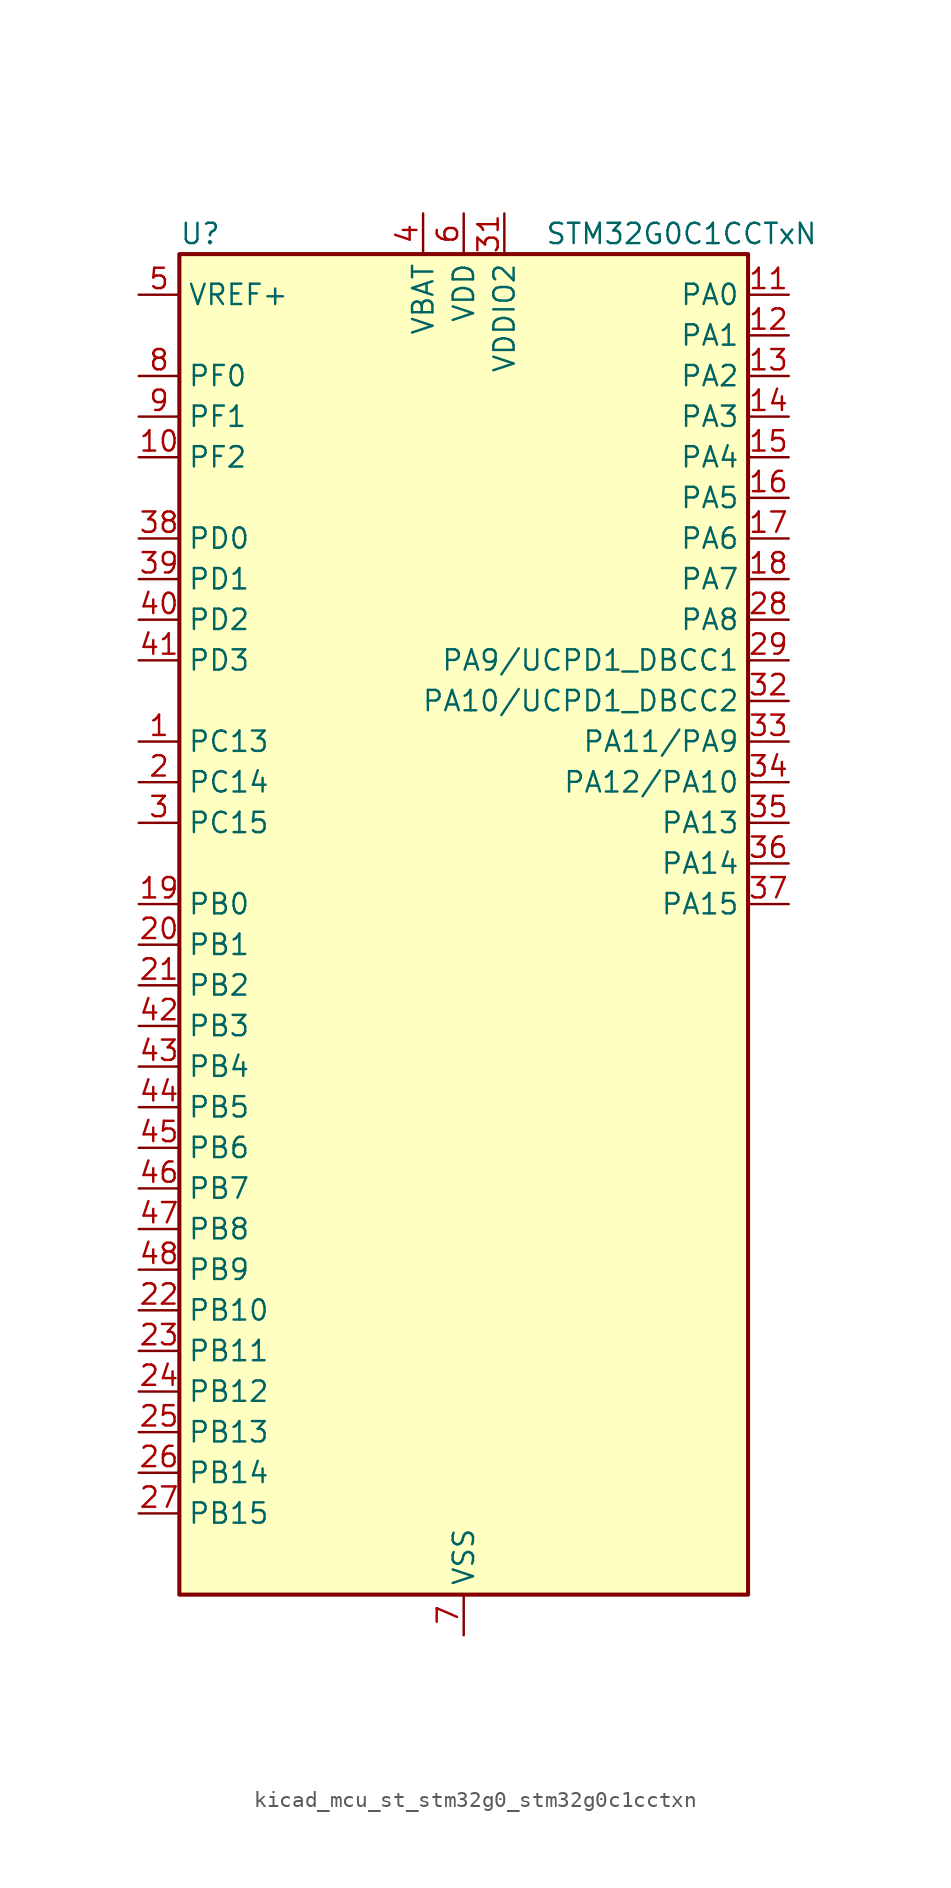
<source format=kicad_sym>
(kicad_symbol_lib
  (version 20220914)
  (generator kicad_symbol_editor)
  (symbol "kicad_mcu_st_stm32g0_stm32g0c1cctxn"
    (property "Reference" "U"
      (at -17.78 44.45 0)
      (effects (font (size 1.27 1.27)) (justify left)))
    (property "Value" "STM32G0C1CCTxN"
      (at 5.08 44.45 0)
      (effects (font (size 1.27 1.27)) (justify left)))
    (property "ki_locked" ""
      (at 0 0 0)
      (effects (font (size 1.27 1.27))))
    (symbol "kicad_mcu_st_stm32g0_stm32g0c1cctxn_0_1"
      (rectangle (start -17.78 -40.64) (end 17.78 43.18) (stroke (width 0.254) (type default)) (fill (type background))))
    (symbol "kicad_mcu_st_stm32g0_stm32g0c1cctxn_1_1"
      (pin bidirectional line (at -20.32 12.7 0) (length 2.54) (name "PC13" (effects (font (size 1.27 1.27)))) (number "1" (effects (font (size 1.27 1.27)))) (alternate "RTC_OUT1" bidirectional line) (alternate "RTC_TAMP_IN1" bidirectional line) (alternate "RTC_TS" bidirectional line) (alternate "SYS_WKUP2" bidirectional line) (alternate "TIM1_BK" bidirectional line))
      (pin bidirectional line (at -20.32 30.48 0) (length 2.54) (name "PF2" (effects (font (size 1.27 1.27)))) (number "10" (effects (font (size 1.27 1.27)))) (alternate "LPUART2_DE" bidirectional line) (alternate "LPUART2_RTS" bidirectional line) (alternate "LPUART2_TX" bidirectional line) (alternate "RCC_MCO" bidirectional line))
      (pin bidirectional line (at 20.32 40.64 180) (length 2.54) (name "PA0" (effects (font (size 1.27 1.27)))) (number "11" (effects (font (size 1.27 1.27)))) (alternate "ADC1_IN0" bidirectional line) (alternate "COMP1_INM" bidirectional line) (alternate "COMP1_OUT" bidirectional line) (alternate "I2S2_CK" bidirectional line) (alternate "LPTIM1_OUT" bidirectional line) (alternate "RTC_TAMP_IN2" bidirectional line) (alternate "SPI2_SCK" bidirectional line) (alternate "SYS_WKUP1" bidirectional line) (alternate "TIM2_CH1" bidirectional line) (alternate "TIM2_ETR" bidirectional line) (alternate "UCPD2_FRSTX1" bidirectional line) (alternate "UCPD2_FRSTX2" bidirectional line) (alternate "USART2_CTS" bidirectional line) (alternate "USART2_NSS" bidirectional line) (alternate "USART4_TX" bidirectional line))
      (pin bidirectional line (at 20.32 38.1 180) (length 2.54) (name "PA1" (effects (font (size 1.27 1.27)))) (number "12" (effects (font (size 1.27 1.27)))) (alternate "ADC1_IN1" bidirectional line) (alternate "COMP1_INP" bidirectional line) (alternate "I2C1_SMBA" bidirectional line) (alternate "I2S1_CK" bidirectional line) (alternate "SPI1_SCK" bidirectional line) (alternate "TIM15_CH1N" bidirectional line) (alternate "TIM2_CH2" bidirectional line) (alternate "USART2_CK" bidirectional line) (alternate "USART2_DE" bidirectional line) (alternate "USART2_RTS" bidirectional line) (alternate "USART4_RX" bidirectional line))
      (pin bidirectional line (at 20.32 35.56 180) (length 2.54) (name "PA2" (effects (font (size 1.27 1.27)))) (number "13" (effects (font (size 1.27 1.27)))) (alternate "ADC1_IN2" bidirectional line) (alternate "COMP2_INM" bidirectional line) (alternate "COMP2_OUT" bidirectional line) (alternate "I2S1_SD" bidirectional line) (alternate "LPUART1_TX" bidirectional line) (alternate "RCC_LSCO" bidirectional line) (alternate "SPI1_MOSI" bidirectional line) (alternate "SYS_WKUP4" bidirectional line) (alternate "TIM15_CH1" bidirectional line) (alternate "TIM2_CH3" bidirectional line) (alternate "UCPD1_FRSTX1" bidirectional line) (alternate "UCPD1_FRSTX2" bidirectional line) (alternate "USART2_TX" bidirectional line))
      (pin bidirectional line (at 20.32 33.02 180) (length 2.54) (name "PA3" (effects (font (size 1.27 1.27)))) (number "14" (effects (font (size 1.27 1.27)))) (alternate "ADC1_IN3" bidirectional line) (alternate "COMP2_INP" bidirectional line) (alternate "I2S2_MCK" bidirectional line) (alternate "LPUART1_RX" bidirectional line) (alternate "SPI2_MISO" bidirectional line) (alternate "TIM15_CH2" bidirectional line) (alternate "TIM2_CH4" bidirectional line) (alternate "UCPD2_FRSTX1" bidirectional line) (alternate "UCPD2_FRSTX2" bidirectional line) (alternate "USART2_RX" bidirectional line))
      (pin bidirectional line (at 20.32 30.48 180) (length 2.54) (name "PA4" (effects (font (size 1.27 1.27)))) (number "15" (effects (font (size 1.27 1.27)))) (alternate "ADC1_IN4" bidirectional line) (alternate "DAC1_OUT1" bidirectional line) (alternate "I2S1_WS" bidirectional line) (alternate "I2S2_SD" bidirectional line) (alternate "LPTIM2_OUT" bidirectional line) (alternate "RTC_OUT2" bidirectional line) (alternate "SPI1_NSS" bidirectional line) (alternate "SPI2_MOSI" bidirectional line) (alternate "SPI3_NSS" bidirectional line) (alternate "TIM14_CH1" bidirectional line) (alternate "UCPD2_FRSTX1" bidirectional line) (alternate "UCPD2_FRSTX2" bidirectional line) (alternate "USART6_TX" bidirectional line) (alternate "USB_NOE" bidirectional line))
      (pin bidirectional line (at 20.32 27.94 180) (length 2.54) (name "PA5" (effects (font (size 1.27 1.27)))) (number "16" (effects (font (size 1.27 1.27)))) (alternate "ADC1_IN5" bidirectional line) (alternate "CEC" bidirectional line) (alternate "DAC1_OUT2" bidirectional line) (alternate "I2S1_CK" bidirectional line) (alternate "LPTIM2_ETR" bidirectional line) (alternate "SPI1_SCK" bidirectional line) (alternate "TIM2_CH1" bidirectional line) (alternate "TIM2_ETR" bidirectional line) (alternate "UCPD1_FRSTX1" bidirectional line) (alternate "UCPD1_FRSTX2" bidirectional line) (alternate "USART3_TX" bidirectional line) (alternate "USART6_RX" bidirectional line))
      (pin bidirectional line (at 20.32 25.4 180) (length 2.54) (name "PA6" (effects (font (size 1.27 1.27)))) (number "17" (effects (font (size 1.27 1.27)))) (alternate "ADC1_IN6" bidirectional line) (alternate "COMP1_OUT" bidirectional line) (alternate "I2C2_SDA" bidirectional line) (alternate "I2C3_SDA" bidirectional line) (alternate "I2S1_MCK" bidirectional line) (alternate "LPUART1_CTS" bidirectional line) (alternate "SPI1_MISO" bidirectional line) (alternate "TIM16_CH1" bidirectional line) (alternate "TIM1_BK" bidirectional line) (alternate "TIM3_CH1" bidirectional line) (alternate "USART3_CTS" bidirectional line) (alternate "USART3_NSS" bidirectional line) (alternate "USART6_CTS" bidirectional line) (alternate "USART6_NSS" bidirectional line))
      (pin bidirectional line (at 20.32 22.86 180) (length 2.54) (name "PA7" (effects (font (size 1.27 1.27)))) (number "18" (effects (font (size 1.27 1.27)))) (alternate "ADC1_IN7" bidirectional line) (alternate "COMP2_OUT" bidirectional line) (alternate "I2C2_SCL" bidirectional line) (alternate "I2C3_SCL" bidirectional line) (alternate "I2S1_SD" bidirectional line) (alternate "SPI1_MOSI" bidirectional line) (alternate "TIM14_CH1" bidirectional line) (alternate "TIM17_CH1" bidirectional line) (alternate "TIM1_CH1N" bidirectional line) (alternate "TIM3_CH2" bidirectional line) (alternate "UCPD1_FRSTX1" bidirectional line) (alternate "UCPD1_FRSTX2" bidirectional line) (alternate "USART6_CK" bidirectional line) (alternate "USART6_DE" bidirectional line) (alternate "USART6_RTS" bidirectional line))
      (pin bidirectional line (at -20.32 2.54 0) (length 2.54) (name "PB0" (effects (font (size 1.27 1.27)))) (number "19" (effects (font (size 1.27 1.27)))) (alternate "ADC1_IN8" bidirectional line) (alternate "COMP1_OUT" bidirectional line) (alternate "COMP3_INP" bidirectional line) (alternate "FDCAN2_RX" bidirectional line) (alternate "I2S1_WS" bidirectional line) (alternate "LPTIM1_OUT" bidirectional line) (alternate "LPUART2_CTS" bidirectional line) (alternate "SPI1_NSS" bidirectional line) (alternate "TIM1_CH2N" bidirectional line) (alternate "TIM3_CH3" bidirectional line) (alternate "UCPD1_FRSTX1" bidirectional line) (alternate "UCPD1_FRSTX2" bidirectional line) (alternate "USART3_RX" bidirectional line) (alternate "USART5_TX" bidirectional line))
      (pin bidirectional line (at -20.32 10.16 0) (length 2.54) (name "PC14" (effects (font (size 1.27 1.27)))) (number "2" (effects (font (size 1.27 1.27)))) (alternate "RCC_OSC32_IN" bidirectional line) (alternate "TIM1_BK2" bidirectional line))
      (pin bidirectional line (at -20.32 0 0) (length 2.54) (name "PB1" (effects (font (size 1.27 1.27)))) (number "20" (effects (font (size 1.27 1.27)))) (alternate "ADC1_IN9" bidirectional line) (alternate "COMP1_INM" bidirectional line) (alternate "COMP3_OUT" bidirectional line) (alternate "FDCAN2_TX" bidirectional line) (alternate "LPTIM2_IN1" bidirectional line) (alternate "LPUART1_DE" bidirectional line) (alternate "LPUART1_RTS" bidirectional line) (alternate "LPUART2_DE" bidirectional line) (alternate "LPUART2_RTS" bidirectional line) (alternate "TIM14_CH1" bidirectional line) (alternate "TIM1_CH3N" bidirectional line) (alternate "TIM3_CH4" bidirectional line) (alternate "USART3_CK" bidirectional line) (alternate "USART3_DE" bidirectional line) (alternate "USART3_RTS" bidirectional line) (alternate "USART5_RX" bidirectional line))
      (pin bidirectional line (at -20.32 -2.54 0) (length 2.54) (name "PB2" (effects (font (size 1.27 1.27)))) (number "21" (effects (font (size 1.27 1.27)))) (alternate "ADC1_IN10" bidirectional line) (alternate "COMP1_INP" bidirectional line) (alternate "COMP3_INM" bidirectional line) (alternate "I2S2_MCK" bidirectional line) (alternate "LPTIM1_OUT" bidirectional line) (alternate "RCC_MCO_2" bidirectional line) (alternate "SPI2_MISO" bidirectional line) (alternate "USART3_TX" bidirectional line))
      (pin bidirectional line (at -20.32 -22.86 0) (length 2.54) (name "PB10" (effects (font (size 1.27 1.27)))) (number "22" (effects (font (size 1.27 1.27)))) (alternate "ADC1_IN11" bidirectional line) (alternate "CEC" bidirectional line) (alternate "COMP1_OUT" bidirectional line) (alternate "I2C2_SCL" bidirectional line) (alternate "I2S2_CK" bidirectional line) (alternate "LPUART1_RX" bidirectional line) (alternate "SPI2_SCK" bidirectional line) (alternate "TIM2_CH3" bidirectional line) (alternate "USART3_TX" bidirectional line))
      (pin bidirectional line (at -20.32 -25.4 0) (length 2.54) (name "PB11" (effects (font (size 1.27 1.27)))) (number "23" (effects (font (size 1.27 1.27)))) (alternate "ADC1_EXTI11" bidirectional line) (alternate "ADC1_IN15" bidirectional line) (alternate "COMP2_OUT" bidirectional line) (alternate "I2C2_SDA" bidirectional line) (alternate "I2S2_SD" bidirectional line) (alternate "LPUART1_TX" bidirectional line) (alternate "SPI2_MOSI" bidirectional line) (alternate "TIM2_CH4" bidirectional line) (alternate "USART3_RX" bidirectional line))
      (pin bidirectional line (at -20.32 -27.94 0) (length 2.54) (name "PB12" (effects (font (size 1.27 1.27)))) (number "24" (effects (font (size 1.27 1.27)))) (alternate "ADC1_IN16" bidirectional line) (alternate "FDCAN2_RX" bidirectional line) (alternate "I2C2_SMBA" bidirectional line) (alternate "I2S2_WS" bidirectional line) (alternate "LPUART1_DE" bidirectional line) (alternate "LPUART1_RTS" bidirectional line) (alternate "SPI2_NSS" bidirectional line) (alternate "TIM15_BK" bidirectional line) (alternate "TIM1_BK" bidirectional line) (alternate "UCPD2_FRSTX1" bidirectional line) (alternate "UCPD2_FRSTX2" bidirectional line))
      (pin bidirectional line (at -20.32 -30.48 0) (length 2.54) (name "PB13" (effects (font (size 1.27 1.27)))) (number "25" (effects (font (size 1.27 1.27)))) (alternate "FDCAN2_TX" bidirectional line) (alternate "I2C2_SCL" bidirectional line) (alternate "I2S2_CK" bidirectional line) (alternate "LPUART1_CTS" bidirectional line) (alternate "SPI2_SCK" bidirectional line) (alternate "TIM15_CH1N" bidirectional line) (alternate "TIM1_CH1N" bidirectional line) (alternate "USART3_CTS" bidirectional line) (alternate "USART3_NSS" bidirectional line))
      (pin bidirectional line (at -20.32 -33.02 0) (length 2.54) (name "PB14" (effects (font (size 1.27 1.27)))) (number "26" (effects (font (size 1.27 1.27)))) (alternate "I2C2_SDA" bidirectional line) (alternate "I2S2_MCK" bidirectional line) (alternate "SPI2_MISO" bidirectional line) (alternate "TIM15_CH1" bidirectional line) (alternate "TIM1_CH2N" bidirectional line) (alternate "UCPD1_FRSTX1" bidirectional line) (alternate "UCPD1_FRSTX2" bidirectional line) (alternate "USART3_CK" bidirectional line) (alternate "USART3_DE" bidirectional line) (alternate "USART3_RTS" bidirectional line) (alternate "USART6_CK" bidirectional line) (alternate "USART6_DE" bidirectional line) (alternate "USART6_RTS" bidirectional line))
      (pin bidirectional line (at -20.32 -35.56 0) (length 2.54) (name "PB15" (effects (font (size 1.27 1.27)))) (number "27" (effects (font (size 1.27 1.27)))) (alternate "I2S2_SD" bidirectional line) (alternate "RTC_REFIN" bidirectional line) (alternate "SPI2_MOSI" bidirectional line) (alternate "TIM15_CH1N" bidirectional line) (alternate "TIM15_CH2" bidirectional line) (alternate "TIM1_CH3N" bidirectional line) (alternate "UCPD1_CC2" bidirectional line) (alternate "USART6_CTS" bidirectional line) (alternate "USART6_NSS" bidirectional line))
      (pin bidirectional line (at 20.32 20.32 180) (length 2.54) (name "PA8" (effects (font (size 1.27 1.27)))) (number "28" (effects (font (size 1.27 1.27)))) (alternate "CRS1_SYNC" bidirectional line) (alternate "I2C2_SMBA" bidirectional line) (alternate "I2S2_WS" bidirectional line) (alternate "LPTIM2_OUT" bidirectional line) (alternate "RCC_MCO" bidirectional line) (alternate "SPI2_NSS" bidirectional line) (alternate "TIM1_CH1" bidirectional line) (alternate "UCPD1_CC1" bidirectional line))
      (pin bidirectional line (at 20.32 17.78 180) (length 2.54) (name "PA9/UCPD1_DBCC1" (effects (font (size 1.27 1.27)))) (number "29" (effects (font (size 1.27 1.27)))) (alternate "DAC1_EXTI9" bidirectional line) (alternate "I2C1_SCL" bidirectional line) (alternate "I2C2_SCL" bidirectional line) (alternate "I2S2_MCK" bidirectional line) (alternate "RCC_MCO" bidirectional line) (alternate "SPI2_MISO" bidirectional line) (alternate "TIM15_BK" bidirectional line) (alternate "TIM1_CH2" bidirectional line) (alternate "UCPD1_DBCC1" bidirectional line) (alternate "USART1_TX" bidirectional line))
      (pin bidirectional line (at -20.32 7.62 0) (length 2.54) (name "PC15" (effects (font (size 1.27 1.27)))) (number "3" (effects (font (size 1.27 1.27)))) (alternate "RCC_OSC32_EN" bidirectional line) (alternate "RCC_OSC32_OUT" bidirectional line) (alternate "RCC_OSC_EN" bidirectional line) (alternate "TIM15_BK" bidirectional line))
      (pin passive line (at 0 -43.18 90) (length 2.54) hide (name "VSS" (effects (font (size 1.27 1.27)))) (number "30" (effects (font (size 1.27 1.27)))))
      (pin power_in line (at 2.54 45.72 270) (length 2.54) (name "VDDIO2" (effects (font (size 1.27 1.27)))) (number "31" (effects (font (size 1.27 1.27)))))
      (pin bidirectional line (at 20.32 15.24 180) (length 2.54) (name "PA10/UCPD1_DBCC2" (effects (font (size 1.27 1.27)))) (number "32" (effects (font (size 1.27 1.27)))) (alternate "I2C1_SDA" bidirectional line) (alternate "I2C2_SDA" bidirectional line) (alternate "I2S2_SD" bidirectional line) (alternate "RCC_MCO_2" bidirectional line) (alternate "SPI2_MOSI" bidirectional line) (alternate "TIM17_BK" bidirectional line) (alternate "TIM1_CH3" bidirectional line) (alternate "UCPD1_DBCC2" bidirectional line) (alternate "USART1_RX" bidirectional line))
      (pin bidirectional line (at 20.32 12.7 180) (length 2.54) (name "PA11/PA9" (effects (font (size 1.27 1.27)))) (number "33" (effects (font (size 1.27 1.27)))) (alternate "ADC1_EXTI11" bidirectional line) (alternate "COMP1_OUT" bidirectional line) (alternate "FDCAN1_RX" bidirectional line) (alternate "I2C2_SCL" bidirectional line) (alternate "I2S1_MCK" bidirectional line) (alternate "SPI1_MISO" bidirectional line) (alternate "TIM1_BK2" bidirectional line) (alternate "TIM1_CH4" bidirectional line) (alternate "USART1_CTS" bidirectional line) (alternate "USART1_NSS" bidirectional line) (alternate "USB_DM" bidirectional line))
      (pin bidirectional line (at 20.32 10.16 180) (length 2.54) (name "PA12/PA10" (effects (font (size 1.27 1.27)))) (number "34" (effects (font (size 1.27 1.27)))) (alternate "COMP2_OUT" bidirectional line) (alternate "FDCAN1_TX" bidirectional line) (alternate "I2C2_SDA" bidirectional line) (alternate "I2S1_SD" bidirectional line) (alternate "I2S_CKIN" bidirectional line) (alternate "SPI1_MOSI" bidirectional line) (alternate "TIM1_ETR" bidirectional line) (alternate "USART1_CK" bidirectional line) (alternate "USART1_DE" bidirectional line) (alternate "USART1_RTS" bidirectional line) (alternate "USB_DP" bidirectional line))
      (pin bidirectional line (at 20.32 7.62 180) (length 2.54) (name "PA13" (effects (font (size 1.27 1.27)))) (number "35" (effects (font (size 1.27 1.27)))) (alternate "IR_OUT" bidirectional line) (alternate "LPUART2_RX" bidirectional line) (alternate "SYS_SWDIO" bidirectional line) (alternate "USB_NOE" bidirectional line))
      (pin bidirectional line (at 20.32 5.08 180) (length 2.54) (name "PA14" (effects (font (size 1.27 1.27)))) (number "36" (effects (font (size 1.27 1.27)))) (alternate "LPUART2_TX" bidirectional line) (alternate "SYS_SWCLK" bidirectional line) (alternate "USART2_TX" bidirectional line))
      (pin bidirectional line (at 20.32 2.54 180) (length 2.54) (name "PA15" (effects (font (size 1.27 1.27)))) (number "37" (effects (font (size 1.27 1.27)))) (alternate "I2C2_SMBA" bidirectional line) (alternate "I2S1_WS" bidirectional line) (alternate "RCC_MCO_2" bidirectional line) (alternate "SPI1_NSS" bidirectional line) (alternate "SPI3_NSS" bidirectional line) (alternate "TIM2_CH1" bidirectional line) (alternate "TIM2_ETR" bidirectional line) (alternate "USART2_RX" bidirectional line) (alternate "USART3_CK" bidirectional line) (alternate "USART3_DE" bidirectional line) (alternate "USART3_RTS" bidirectional line) (alternate "USART4_CK" bidirectional line) (alternate "USART4_DE" bidirectional line) (alternate "USART4_RTS" bidirectional line) (alternate "USB_NOE" bidirectional line))
      (pin bidirectional line (at -20.32 25.4 0) (length 2.54) (name "PD0" (effects (font (size 1.27 1.27)))) (number "38" (effects (font (size 1.27 1.27)))) (alternate "FDCAN1_RX" bidirectional line) (alternate "I2S2_WS" bidirectional line) (alternate "SPI2_NSS" bidirectional line) (alternate "TIM16_CH1" bidirectional line) (alternate "UCPD2_CC1" bidirectional line))
      (pin bidirectional line (at -20.32 22.86 0) (length 2.54) (name "PD1" (effects (font (size 1.27 1.27)))) (number "39" (effects (font (size 1.27 1.27)))) (alternate "FDCAN1_TX" bidirectional line) (alternate "I2S2_CK" bidirectional line) (alternate "SPI2_SCK" bidirectional line) (alternate "TIM17_CH1" bidirectional line) (alternate "UCPD2_DBCC1" bidirectional line))
      (pin power_in line (at -2.54 45.72 270) (length 2.54) (name "VBAT" (effects (font (size 1.27 1.27)))) (number "4" (effects (font (size 1.27 1.27)))))
      (pin bidirectional line (at -20.32 20.32 0) (length 2.54) (name "PD2" (effects (font (size 1.27 1.27)))) (number "40" (effects (font (size 1.27 1.27)))) (alternate "TIM1_CH1N" bidirectional line) (alternate "TIM3_ETR" bidirectional line) (alternate "UCPD2_CC2" bidirectional line) (alternate "USART3_CK" bidirectional line) (alternate "USART3_DE" bidirectional line) (alternate "USART3_RTS" bidirectional line) (alternate "USART5_RX" bidirectional line))
      (pin bidirectional line (at -20.32 17.78 0) (length 2.54) (name "PD3" (effects (font (size 1.27 1.27)))) (number "41" (effects (font (size 1.27 1.27)))) (alternate "I2S2_MCK" bidirectional line) (alternate "SPI2_MISO" bidirectional line) (alternate "TIM1_CH2N" bidirectional line) (alternate "UCPD2_DBCC2" bidirectional line) (alternate "USART2_CTS" bidirectional line) (alternate "USART2_NSS" bidirectional line) (alternate "USART5_TX" bidirectional line))
      (pin bidirectional line (at -20.32 -5.08 0) (length 2.54) (name "PB3" (effects (font (size 1.27 1.27)))) (number "42" (effects (font (size 1.27 1.27)))) (alternate "COMP2_INM" bidirectional line) (alternate "I2C2_SCL" bidirectional line) (alternate "I2C3_SCL" bidirectional line) (alternate "I2S1_CK" bidirectional line) (alternate "SPI1_SCK" bidirectional line) (alternate "SPI3_SCK" bidirectional line) (alternate "TIM1_CH2" bidirectional line) (alternate "TIM2_CH2" bidirectional line) (alternate "USART1_CK" bidirectional line) (alternate "USART1_DE" bidirectional line) (alternate "USART1_RTS" bidirectional line) (alternate "USART5_TX" bidirectional line))
      (pin bidirectional line (at -20.32 -7.62 0) (length 2.54) (name "PB4" (effects (font (size 1.27 1.27)))) (number "43" (effects (font (size 1.27 1.27)))) (alternate "COMP2_INP" bidirectional line) (alternate "I2C2_SDA" bidirectional line) (alternate "I2C3_SDA" bidirectional line) (alternate "I2S1_MCK" bidirectional line) (alternate "SPI1_MISO" bidirectional line) (alternate "SPI3_MISO" bidirectional line) (alternate "TIM17_BK" bidirectional line) (alternate "TIM3_CH1" bidirectional line) (alternate "USART1_CTS" bidirectional line) (alternate "USART1_NSS" bidirectional line) (alternate "USART5_RX" bidirectional line))
      (pin bidirectional line (at -20.32 -10.16 0) (length 2.54) (name "PB5" (effects (font (size 1.27 1.27)))) (number "44" (effects (font (size 1.27 1.27)))) (alternate "COMP2_OUT" bidirectional line) (alternate "FDCAN2_RX" bidirectional line) (alternate "I2C1_SMBA" bidirectional line) (alternate "I2S1_SD" bidirectional line) (alternate "LPTIM1_IN1" bidirectional line) (alternate "SPI1_MOSI" bidirectional line) (alternate "SPI3_MOSI" bidirectional line) (alternate "SYS_WKUP6" bidirectional line) (alternate "TIM16_BK" bidirectional line) (alternate "TIM3_CH2" bidirectional line) (alternate "USART5_CK" bidirectional line) (alternate "USART5_DE" bidirectional line) (alternate "USART5_RTS" bidirectional line))
      (pin bidirectional line (at -20.32 -12.7 0) (length 2.54) (name "PB6" (effects (font (size 1.27 1.27)))) (number "45" (effects (font (size 1.27 1.27)))) (alternate "COMP2_INP" bidirectional line) (alternate "FDCAN2_TX" bidirectional line) (alternate "I2C1_SCL" bidirectional line) (alternate "I2S2_MCK" bidirectional line) (alternate "LPTIM1_ETR" bidirectional line) (alternate "LPUART2_TX" bidirectional line) (alternate "SPI2_MISO" bidirectional line) (alternate "TIM16_CH1N" bidirectional line) (alternate "TIM1_CH3" bidirectional line) (alternate "TIM4_CH1" bidirectional line) (alternate "USART1_TX" bidirectional line) (alternate "USART5_CTS" bidirectional line) (alternate "USART5_NSS" bidirectional line))
      (pin bidirectional line (at -20.32 -15.24 0) (length 2.54) (name "PB7" (effects (font (size 1.27 1.27)))) (number "46" (effects (font (size 1.27 1.27)))) (alternate "COMP2_INM" bidirectional line) (alternate "I2C1_SDA" bidirectional line) (alternate "I2S2_SD" bidirectional line) (alternate "LPTIM1_IN2" bidirectional line) (alternate "LPUART2_RX" bidirectional line) (alternate "SPI2_MOSI" bidirectional line) (alternate "SYS_PVD_IN" bidirectional line) (alternate "TIM17_CH1N" bidirectional line) (alternate "TIM4_CH2" bidirectional line) (alternate "USART1_RX" bidirectional line) (alternate "USART4_CTS" bidirectional line) (alternate "USART4_NSS" bidirectional line))
      (pin bidirectional line (at -20.32 -17.78 0) (length 2.54) (name "PB8" (effects (font (size 1.27 1.27)))) (number "47" (effects (font (size 1.27 1.27)))) (alternate "CEC" bidirectional line) (alternate "FDCAN1_RX" bidirectional line) (alternate "I2C1_SCL" bidirectional line) (alternate "I2S2_CK" bidirectional line) (alternate "SPI2_SCK" bidirectional line) (alternate "TIM15_BK" bidirectional line) (alternate "TIM16_CH1" bidirectional line) (alternate "TIM4_CH3" bidirectional line) (alternate "USART3_TX" bidirectional line) (alternate "USART6_TX" bidirectional line))
      (pin bidirectional line (at -20.32 -20.32 0) (length 2.54) (name "PB9" (effects (font (size 1.27 1.27)))) (number "48" (effects (font (size 1.27 1.27)))) (alternate "DAC1_EXTI9" bidirectional line) (alternate "FDCAN1_TX" bidirectional line) (alternate "I2C1_SDA" bidirectional line) (alternate "I2S2_WS" bidirectional line) (alternate "IR_OUT" bidirectional line) (alternate "SPI2_NSS" bidirectional line) (alternate "TIM17_CH1" bidirectional line) (alternate "TIM4_CH4" bidirectional line) (alternate "UCPD2_FRSTX1" bidirectional line) (alternate "UCPD2_FRSTX2" bidirectional line) (alternate "USART3_RX" bidirectional line) (alternate "USART6_RX" bidirectional line))
      (pin input line (at -20.32 40.64 0) (length 2.54) (name "VREF+" (effects (font (size 1.27 1.27)))) (number "5" (effects (font (size 1.27 1.27)))) (alternate "VREFBUF_OUT" bidirectional line))
      (pin power_in line (at 0 45.72 270) (length 2.54) (name "VDD" (effects (font (size 1.27 1.27)))) (number "6" (effects (font (size 1.27 1.27)))))
      (pin power_in line (at 0 -43.18 90) (length 2.54) (name "VSS" (effects (font (size 1.27 1.27)))) (number "7" (effects (font (size 1.27 1.27)))))
      (pin bidirectional line (at -20.32 35.56 0) (length 2.54) (name "PF0" (effects (font (size 1.27 1.27)))) (number "8" (effects (font (size 1.27 1.27)))) (alternate "CRS1_SYNC" bidirectional line) (alternate "RCC_OSC_IN" bidirectional line) (alternate "TIM14_CH1" bidirectional line))
      (pin bidirectional line (at -20.32 33.02 0) (length 2.54) (name "PF1" (effects (font (size 1.27 1.27)))) (number "9" (effects (font (size 1.27 1.27)))) (alternate "RCC_OSC_EN" bidirectional line) (alternate "RCC_OSC_OUT" bidirectional line) (alternate "TIM15_CH1N" bidirectional line)))))
</source>
